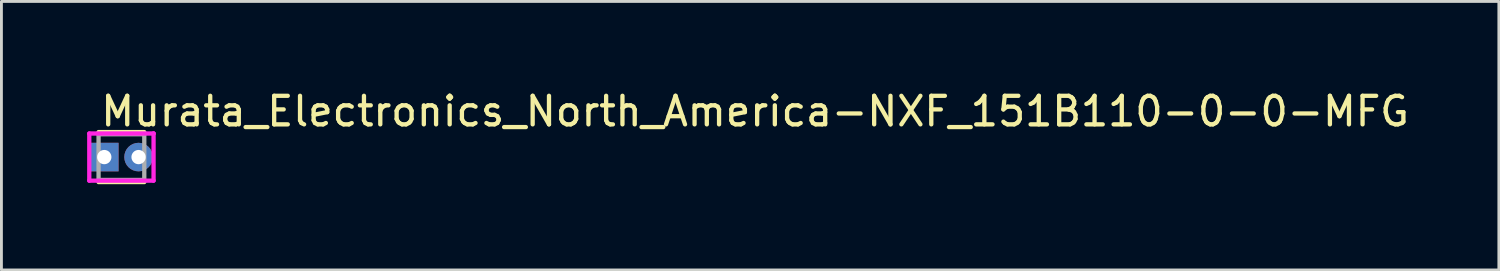
<source format=kicad_pcb>
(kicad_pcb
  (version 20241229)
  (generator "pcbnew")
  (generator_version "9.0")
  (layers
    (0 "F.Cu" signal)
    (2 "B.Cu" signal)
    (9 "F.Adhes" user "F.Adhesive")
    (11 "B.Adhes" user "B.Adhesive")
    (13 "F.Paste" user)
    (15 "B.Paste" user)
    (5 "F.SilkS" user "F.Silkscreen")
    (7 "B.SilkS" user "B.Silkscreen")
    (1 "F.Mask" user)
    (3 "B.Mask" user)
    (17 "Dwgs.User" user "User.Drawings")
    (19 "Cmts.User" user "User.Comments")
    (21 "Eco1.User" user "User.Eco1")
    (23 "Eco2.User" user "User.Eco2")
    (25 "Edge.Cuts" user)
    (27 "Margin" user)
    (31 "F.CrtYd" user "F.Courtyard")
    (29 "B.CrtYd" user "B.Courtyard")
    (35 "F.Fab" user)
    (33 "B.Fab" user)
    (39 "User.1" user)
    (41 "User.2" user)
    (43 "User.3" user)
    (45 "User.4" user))
  (footprint "Murata_Electronics_North_America-NXF_151B110-0-0-MFG"
    (layer "F.Cu")
    (at 1.2 2.448)
    (property "Reference" "Murata_Electronics_North_America-NXF_151B110-0-0-MFG" (at -0.8 -1.6 0) (layer "F.SilkS") (effects (font (size 1 1) (thickness 0.15)) (justify left)))
    (attr through_hole)
    (fp_line (start -0.8 -0.875) (end 0.8 -0.875) (stroke (width 0.15) (type solid)) (layer "F.SilkS"))
    (fp_line (start -0.8 0.875) (end 0.8 0.875) (stroke (width 0.15) (type solid)) (layer "F.SilkS"))
    (fp_line (start -1.125 -0.825) (end -1.125 0.825) (stroke (width 0.15) (type solid)) (layer "F.CrtYd"))
    (fp_line (start -1.125 0.825) (end 1.125 0.825) (stroke (width 0.15) (type solid)) (layer "F.CrtYd"))
    (fp_line (start 1.125 -0.825) (end -1.125 -0.825) (stroke (width 0.15) (type solid)) (layer "F.CrtYd"))
    (fp_line (start 1.125 -0.825) (end 1.125 -0.825) (stroke (width 0.15) (type solid)) (layer "F.CrtYd"))
    (fp_line (start 1.125 0.825) (end 1.125 -0.825) (stroke (width 0.15) (type solid)) (layer "F.CrtYd"))
    (fp_line (start -0.8 -0.8) (end 0.8 -0.8) (stroke (width 0.15) (type solid)) (layer "F.Fab"))
    (fp_line (start -0.8 0.8) (end -0.8 -0.8) (stroke (width 0.15) (type solid)) (layer "F.Fab"))
    (fp_line (start 0.8 -0.8) (end 0.8 0.8) (stroke (width 0.15) (type solid)) (layer "F.Fab"))
    (fp_line (start 0.8 0.8) (end -0.8 0.8) (stroke (width 0.15) (type solid)) (layer "F.Fab"))
    (pad "1" thru_hole rect (at -0.6 0) (size 1 1) (drill 0.5) (layers "*.Cu"))
    (pad "2" thru_hole circle (at 0.6 0) (size 1 1) (drill 0.5) (layers "*.Cu")))
  (gr_rect
    (start -3 -3)
    (end 49.412 6.398)
    (stroke (width 0.1) (type default))
    (fill no)
    (layer "Edge.Cuts")))
</source>
